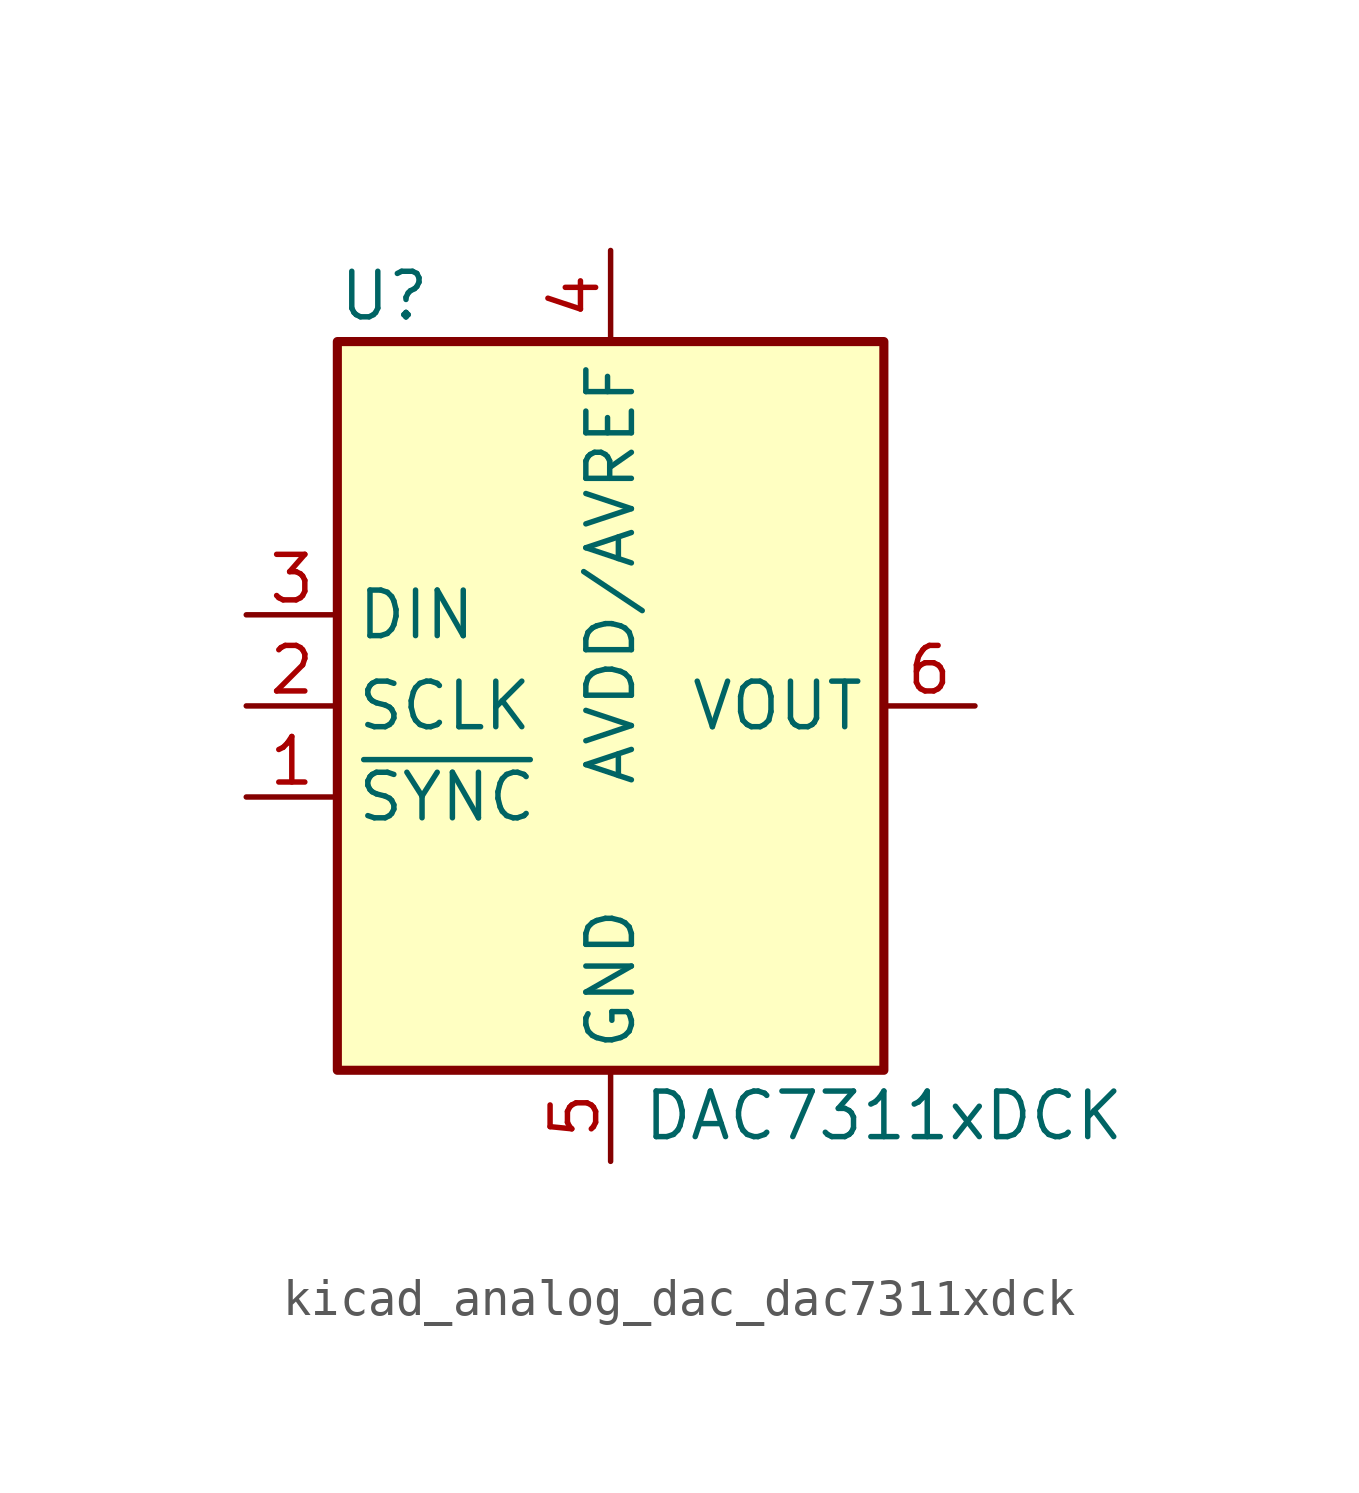
<source format=kicad_sym>
(kicad_symbol_lib
  (version 20220914)
  (generator kicad_symbol_editor)
  (symbol "kicad_analog_dac_dac7311xdck"
    (property "Reference" "U"
      (at -7.62 11.43 0)
      (effects (font (size 1.27 1.27)) (justify left)))
    (property "Value" "DAC7311xDCK"
      (at 7.62 -11.43 0)
      (effects (font (size 1.27 1.27))))
    (symbol "kicad_analog_dac_dac7311xdck_0_1"
      (rectangle (start -7.62 10.16) (end 7.62 -10.16) (stroke (width 0.254) (type default)) (fill (type background))))
    (symbol "kicad_analog_dac_dac7311xdck_1_1"
      (pin input line (at -10.16 -2.54 0) (length 2.54) (name "~{SYNC}" (effects (font (size 1.27 1.27)))) (number "1" (effects (font (size 1.27 1.27)))))
      (pin input line (at -10.16 0 0) (length 2.54) (name "SCLK" (effects (font (size 1.27 1.27)))) (number "2" (effects (font (size 1.27 1.27)))))
      (pin input line (at -10.16 2.54 0) (length 2.54) (name "DIN" (effects (font (size 1.27 1.27)))) (number "3" (effects (font (size 1.27 1.27)))))
      (pin power_in line (at 0 12.7 270) (length 2.54) (name "AVDD/AVREF" (effects (font (size 1.27 1.27)))) (number "4" (effects (font (size 1.27 1.27)))))
      (pin power_in line (at 0 -12.7 90) (length 2.54) (name "GND" (effects (font (size 1.27 1.27)))) (number "5" (effects (font (size 1.27 1.27)))))
      (pin output line (at 10.16 0 180) (length 2.54) (name "VOUT" (effects (font (size 1.27 1.27)))) (number "6" (effects (font (size 1.27 1.27))))))))
</source>
